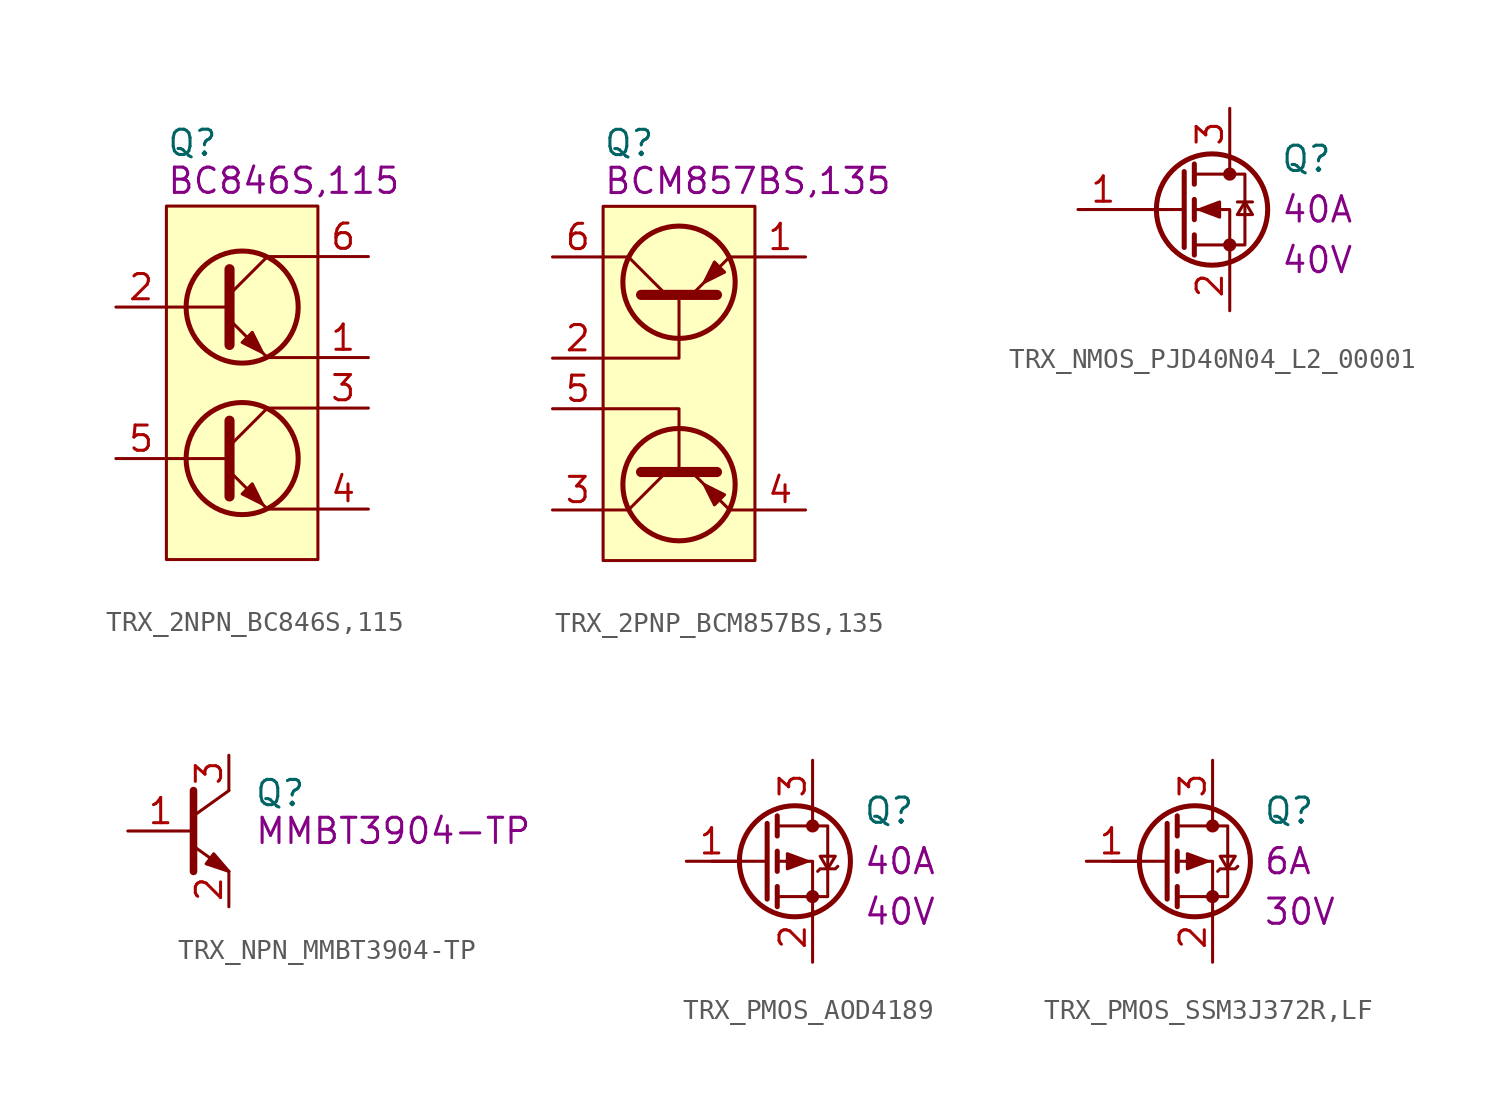
<source format=kicad_sym>
(kicad_symbol_lib
  (version 20211014)
  (generator kicad_symbol_editor)
  (symbol "TRX_2NPN_BC846S,115"
    (pin_names
      (offset 1.016) hide)
    (property "Reference" "Q"
      (at 0 3.175 0)
      (effects (font (size 1.27 1.27)) (justify left)))
    (property "Manufacturer Part Number" "BC846S,115"
      (at 0 1.27 0)
      (effects (font (size 1.27 1.27)) (justify left)))
    (symbol "TRX_2NPN_BC846S,115_0_1"
      (polyline (pts (xy 7.62 -15.24) (xy 5.08 -15.24)) (stroke (width 0) (type default) (color 0 0 0 0)) (fill (type none)))
      (polyline (pts (xy 7.62 -10.16) (xy 5.08 -10.16)) (stroke (width 0) (type default) (color 0 0 0 0)) (fill (type none)))
      (polyline (pts (xy 7.62 -7.62) (xy 5.08 -7.62)) (stroke (width 0) (type default) (color 0 0 0 0)) (fill (type none)))
      (polyline (pts (xy 7.62 -2.54) (xy 5.08 -2.54)) (stroke (width 0) (type default) (color 0 0 0 0)) (fill (type none)))
      (rectangle (start 7.62 0) (end 0 -17.78) (stroke (width 0) (type default) (color 0 0 0 0)) (fill (type background))))
    (symbol "TRX_2NPN_BC846S,115_1_1"
      (polyline (pts (xy 3.175 -12.7) (xy 0 -12.7)) (stroke (width 0) (type default) (color 0 0 0 0)) (fill (type none)))
      (polyline (pts (xy 3.175 -12.065) (xy 5.08 -10.16)) (stroke (width 0) (type default) (color 0 0 0 0)) (fill (type none)))
      (polyline (pts (xy 3.175 -5.08) (xy 0 -5.08)) (stroke (width 0) (type default) (color 0 0 0 0)) (fill (type none)))
      (polyline (pts (xy 3.175 -4.445) (xy 5.08 -2.54)) (stroke (width 0) (type default) (color 0 0 0 0)) (fill (type none)))
      (polyline (pts (xy 3.175 -13.335) (xy 5.08 -15.24) (xy 5.08 -15.24)) (stroke (width 0) (type default) (color 0 0 0 0)) (fill (type none)))
      (polyline (pts (xy 3.175 -10.795) (xy 3.175 -14.605) (xy 3.175 -14.605)) (stroke (width 0.508) (type default) (color 0 0 0 0)) (fill (type none)))
      (polyline (pts (xy 3.175 -5.715) (xy 5.08 -7.62) (xy 5.08 -7.62)) (stroke (width 0) (type default) (color 0 0 0 0)) (fill (type none)))
      (polyline (pts (xy 3.175 -3.175) (xy 3.175 -6.985) (xy 3.175 -6.985)) (stroke (width 0.508) (type default) (color 0 0 0 0)) (fill (type none)))
      (polyline (pts (xy 3.81 -14.478) (xy 4.318 -13.97) (xy 4.826 -14.986) (xy 3.81 -14.478) (xy 3.81 -14.478)) (stroke (width 0) (type default) (color 0 0 0 0)) (fill (type outline)))
      (polyline (pts (xy 3.81 -6.858) (xy 4.318 -6.35) (xy 4.826 -7.366) (xy 3.81 -6.858) (xy 3.81 -6.858)) (stroke (width 0) (type default) (color 0 0 0 0)) (fill (type outline)))
      (circle (center 3.81 -12.7) (radius 2.819) (stroke (width 0.254) (type default) (color 0 0 0 0)) (fill (type none)))
      (circle (center 3.81 -5.08) (radius 2.819) (stroke (width 0.254) (type default) (color 0 0 0 0)) (fill (type none)))
      (pin passive line (at 10.16 -7.62 180) (length 2.54) (name "E1" (effects (font (size 1.27 1.27)))) (number "1" (effects (font (size 1.27 1.27)))))
      (pin input line (at -2.54 -5.08 0) (length 2.54) (name "B1" (effects (font (size 1.27 1.27)))) (number "2" (effects (font (size 1.27 1.27)))))
      (pin passive line (at 10.16 -10.16 180) (length 2.54) (name "C2" (effects (font (size 1.27 1.27)))) (number "3" (effects (font (size 1.27 1.27)))))
      (pin passive line (at 10.16 -15.24 180) (length 2.54) (name "E2" (effects (font (size 1.27 1.27)))) (number "4" (effects (font (size 1.27 1.27)))))
      (pin input line (at -2.54 -12.7 0) (length 2.54) (name "B2" (effects (font (size 1.27 1.27)))) (number "5" (effects (font (size 1.27 1.27)))))
      (pin passive line (at 10.16 -2.54 180) (length 2.54) (name "C1" (effects (font (size 1.27 1.27)))) (number "6" (effects (font (size 1.27 1.27)))))))
  (symbol "TRX_2PNP_BCM857BS,135"
    (pin_names
      (offset 1.016) hide)
    (property "Reference" "Q"
      (at 0 3.175 0)
      (effects (font (size 1.27 1.27)) (justify left)))
    (property "Manufacturer Part Number" "BCM857BS,135"
      (at 0 1.27 0)
      (effects (font (size 1.27 1.27)) (justify left)))
    (symbol "TRX_2PNP_BCM857BS,135_0_1"
      (polyline (pts (xy 0 -15.24) (xy 1.27 -15.24)) (stroke (width 0) (type default) (color 0 0 0 0)) (fill (type none)))
      (polyline (pts (xy 0 -2.54) (xy 1.27 -2.54)) (stroke (width 0) (type default) (color 0 0 0 0)) (fill (type none)))
      (polyline (pts (xy 7.62 -15.24) (xy 6.35 -15.24)) (stroke (width 0) (type default) (color 0 0 0 0)) (fill (type none)))
      (polyline (pts (xy 7.62 -2.54) (xy 6.35 -2.54)) (stroke (width 0) (type default) (color 0 0 0 0)) (fill (type none)))
      (polyline (pts (xy 0 -10.16) (xy 3.81 -10.16) (xy 3.81 -13.335)) (stroke (width 0) (type default) (color 0 0 0 0)) (fill (type none)))
      (polyline (pts (xy 0 -7.62) (xy 3.81 -7.62) (xy 3.81 -4.445)) (stroke (width 0) (type default) (color 0 0 0 0)) (fill (type none)))
      (rectangle (start 7.62 0) (end 0 -17.78) (stroke (width 0) (type default) (color 0 0 0 0)) (fill (type background))))
    (symbol "TRX_2PNP_BCM857BS,135_1_1"
      (polyline (pts (xy 3.175 -13.335) (xy 1.27 -15.24)) (stroke (width 0) (type default) (color 0 0 0 0)) (fill (type none)))
      (polyline (pts (xy 3.175 -4.445) (xy 1.27 -2.54)) (stroke (width 0) (type default) (color 0 0 0 0)) (fill (type none)))
      (polyline (pts (xy 1.905 -13.335) (xy 5.715 -13.335) (xy 5.715 -13.335)) (stroke (width 0.508) (type default) (color 0 0 0 0)) (fill (type none)))
      (polyline (pts (xy 1.905 -4.445) (xy 5.715 -4.445) (xy 5.715 -4.445)) (stroke (width 0.508) (type default) (color 0 0 0 0)) (fill (type none)))
      (polyline (pts (xy 4.445 -13.335) (xy 6.35 -15.24) (xy 6.35 -15.24)) (stroke (width 0) (type default) (color 0 0 0 0)) (fill (type none)))
      (polyline (pts (xy 4.445 -4.445) (xy 6.35 -2.54) (xy 6.35 -2.54)) (stroke (width 0) (type default) (color 0 0 0 0)) (fill (type none)))
      (polyline (pts (xy 5.588 -14.986) (xy 6.096 -14.478) (xy 5.08 -13.97) (xy 5.588 -14.986) (xy 5.588 -14.986)) (stroke (width 0) (type default) (color 0 0 0 0)) (fill (type outline)))
      (polyline (pts (xy 5.588 -2.794) (xy 6.096 -3.302) (xy 5.08 -3.81) (xy 5.588 -2.794) (xy 5.588 -2.794)) (stroke (width 0) (type default) (color 0 0 0 0)) (fill (type outline)))
      (circle (center 3.81 -13.97) (radius 2.819) (stroke (width 0.254) (type default) (color 0 0 0 0)) (fill (type none)))
      (circle (center 3.81 -3.81) (radius 2.819) (stroke (width 0.254) (type default) (color 0 0 0 0)) (fill (type none)))
      (pin passive line (at 10.16 -2.54 180) (length 2.54) (name "E1" (effects (font (size 1.27 1.27)))) (number "1" (effects (font (size 1.27 1.27)))))
      (pin input line (at -2.54 -7.62 0) (length 2.54) (name "B1" (effects (font (size 1.27 1.27)))) (number "2" (effects (font (size 1.27 1.27)))))
      (pin passive line (at -2.54 -15.24 0) (length 2.54) (name "C2" (effects (font (size 1.27 1.27)))) (number "3" (effects (font (size 1.27 1.27)))))
      (pin passive line (at 10.16 -15.24 180) (length 2.54) (name "E2" (effects (font (size 1.27 1.27)))) (number "4" (effects (font (size 1.27 1.27)))))
      (pin input line (at -2.54 -10.16 0) (length 2.54) (name "B2" (effects (font (size 1.27 1.27)))) (number "5" (effects (font (size 1.27 1.27)))))
      (pin passive line (at -2.54 -2.54 0) (length 2.54) (name "C1" (effects (font (size 1.27 1.27)))) (number "6" (effects (font (size 1.27 1.27)))))))
  (symbol "TRX_NMOS_PJD40N04_L2_00001"
    (pin_names
      (offset 1.016) hide)
    (property "Reference" "Q"
      (at 3.81 2.54 0)
      (effects (font (size 1.27 1.27)) (justify left)))
    (property "Current" "40A"
      (at 3.81 0 0)
      (effects (font (size 1.27 1.27)) (justify left)))
    (property "Voltage" "40V"
      (at 3.81 -2.54 0)
      (effects (font (size 1.27 1.27)) (justify left)))
    (symbol "TRX_NMOS_PJD40N04_L2_00001_0_1"
      (polyline (pts (xy -1.016 0) (xy -3.81 0)) (stroke (width 0) (type default) (color 0 0 0 0)) (fill (type none)))
      (polyline (pts (xy -1.016 1.905) (xy -1.016 -1.905)) (stroke (width 0.254) (type default) (color 0 0 0 0)) (fill (type none)))
      (polyline (pts (xy -0.508 -1.27) (xy -0.508 -2.286)) (stroke (width 0.254) (type default) (color 0 0 0 0)) (fill (type none)))
      (polyline (pts (xy -0.508 0.508) (xy -0.508 -0.508)) (stroke (width 0.254) (type default) (color 0 0 0 0)) (fill (type none)))
      (polyline (pts (xy -0.508 2.286) (xy -0.508 1.27)) (stroke (width 0.254) (type default) (color 0 0 0 0)) (fill (type none)))
      (polyline (pts (xy 1.27 2.54) (xy 1.27 1.778)) (stroke (width 0) (type default) (color 0 0 0 0)) (fill (type none)))
      (polyline (pts (xy 1.651 0.381) (xy 2.413 0.381)) (stroke (width 0) (type default) (color 0 0 0 0)) (fill (type none)))
      (polyline (pts (xy 1.27 -2.54) (xy 1.27 0) (xy -0.508 0)) (stroke (width 0) (type default) (color 0 0 0 0)) (fill (type none)))
      (polyline (pts (xy -0.508 -1.778) (xy 2.032 -1.778) (xy 2.032 1.778) (xy -0.508 1.778)) (stroke (width 0) (type default) (color 0 0 0 0)) (fill (type none)))
      (polyline (pts (xy -0.254 0) (xy 0.762 0.381) (xy 0.762 -0.381) (xy -0.254 0)) (stroke (width 0) (type default) (color 0 0 0 0)) (fill (type outline)))
      (polyline (pts (xy 2.032 0.381) (xy 1.651 -0.254) (xy 2.413 -0.254) (xy 2.032 0.381)) (stroke (width 0) (type default) (color 0 0 0 0)) (fill (type none)))
      (circle (center 0.381 0) (radius 2.794) (stroke (width 0.254) (type default) (color 0 0 0 0)) (fill (type none)))
      (circle (center 1.27 -1.778) (radius 0.254) (stroke (width 0) (type default) (color 0 0 0 0)) (fill (type outline)))
      (circle (center 1.27 1.778) (radius 0.254) (stroke (width 0) (type default) (color 0 0 0 0)) (fill (type outline))))
    (symbol "TRX_NMOS_PJD40N04_L2_00001_1_1"
      (pin input line (at -6.35 0 0) (length 2.54) (name "G" (effects (font (size 1.27 1.27)))) (number "1" (effects (font (size 1.27 1.27)))))
      (pin passive line (at 1.27 -5.08 90) (length 2.54) (name "S" (effects (font (size 1.27 1.27)))) (number "2" (effects (font (size 1.27 1.27)))))
      (pin passive line (at 1.27 5.08 270) (length 2.54) (name "D" (effects (font (size 1.27 1.27)))) (number "3" (effects (font (size 1.27 1.27)))))))
  (symbol "TRX_NPN_MMBT3904-TP"
    (pin_names
      (offset 1.016) hide)
    (property "Reference" "Q"
      (at 2.54 1.905 0)
      (effects (font (size 1.27 1.27)) (justify left)))
    (property "Manufacturer Part Number" "MMBT3904-TP"
      (at 2.54 0 0)
      (effects (font (size 1.27 1.27)) (justify left)))
    (symbol "TRX_NPN_MMBT3904-TP_1_1"
      (polyline (pts (xy -0.508 2.032) (xy -0.508 -2.032)) (stroke (width 0.381) (type default) (color 0 0 0 0)) (fill (type none)))
      (polyline (pts (xy 1.27 -2.032) (xy -0.508 -0.762)) (stroke (width 0) (type default) (color 0 0 0 0)) (fill (type none)))
      (polyline (pts (xy 1.27 2.032) (xy -0.508 0.762)) (stroke (width 0) (type default) (color 0 0 0 0)) (fill (type none)))
      (polyline (pts (xy 1.27 -2.032) (xy 0.508 -1.143) (xy 0.127 -1.651) (xy 1.27 -2.032)) (stroke (width 0) (type default) (color 0 0 0 0)) (fill (type outline)))
      (pin input line (at -3.81 0 0) (length 3.302) (name "B" (effects (font (size 1.27 1.27)))) (number "1" (effects (font (size 1.27 1.27)))))
      (pin input line (at 1.27 -3.81 90) (length 1.778) (name "E" (effects (font (size 1.27 1.27)))) (number "2" (effects (font (size 1.27 1.27)))))
      (pin input line (at 1.27 3.81 270) (length 1.778) (name "C" (effects (font (size 1.27 1.27)))) (number "3" (effects (font (size 1.27 1.27)))))))
  (symbol "TRX_PMOS_AOD4189"
    (pin_names
      (offset 1.016) hide)
    (property "Reference" "Q"
      (at 5.08 2.54 0)
      (effects (font (size 1.27 1.27)) (justify left)))
    (property "Current" "40A"
      (at 5.08 0 0)
      (effects (font (size 1.27 1.27)) (justify left)))
    (property "Voltage" "40V"
      (at 5.08 -2.54 0)
      (effects (font (size 1.27 1.27)) (justify left)))
    (symbol "TRX_PMOS_AOD4189_1_1"
      (polyline (pts (xy 0.254 0) (xy -2.54 0)) (stroke (width 0) (type default) (color 0 0 0 0)) (fill (type none)))
      (polyline (pts (xy 0.254 1.905) (xy 0.254 -1.905)) (stroke (width 0.254) (type default) (color 0 0 0 0)) (fill (type none)))
      (polyline (pts (xy 0.762 -1.27) (xy 0.762 -2.286)) (stroke (width 0.254) (type default) (color 0 0 0 0)) (fill (type none)))
      (polyline (pts (xy 0.762 0.508) (xy 0.762 -0.508)) (stroke (width 0.254) (type default) (color 0 0 0 0)) (fill (type none)))
      (polyline (pts (xy 0.762 2.286) (xy 0.762 1.27)) (stroke (width 0.254) (type default) (color 0 0 0 0)) (fill (type none)))
      (polyline (pts (xy 2.54 2.54) (xy 2.54 1.778)) (stroke (width 0) (type default) (color 0 0 0 0)) (fill (type none)))
      (polyline (pts (xy 2.54 -2.54) (xy 2.54 0) (xy 0.762 0)) (stroke (width 0) (type default) (color 0 0 0 0)) (fill (type none)))
      (polyline (pts (xy 0.762 1.778) (xy 3.302 1.778) (xy 3.302 -1.778) (xy 0.762 -1.778)) (stroke (width 0) (type default) (color 0 0 0 0)) (fill (type none)))
      (polyline (pts (xy 2.286 0) (xy 1.27 0.381) (xy 1.27 -0.381) (xy 2.286 0)) (stroke (width 0) (type default) (color 0 0 0 0)) (fill (type outline)))
      (polyline (pts (xy 2.794 -0.508) (xy 2.921 -0.381) (xy 3.683 -0.381) (xy 3.81 -0.254)) (stroke (width 0) (type default) (color 0 0 0 0)) (fill (type none)))
      (polyline (pts (xy 3.302 -0.381) (xy 2.921 0.254) (xy 3.683 0.254) (xy 3.302 -0.381)) (stroke (width 0) (type default) (color 0 0 0 0)) (fill (type none)))
      (circle (center 1.651 0) (radius 2.794) (stroke (width 0.254) (type default) (color 0 0 0 0)) (fill (type none)))
      (circle (center 2.54 -1.778) (radius 0.254) (stroke (width 0) (type default) (color 0 0 0 0)) (fill (type outline)))
      (circle (center 2.54 1.778) (radius 0.254) (stroke (width 0) (type default) (color 0 0 0 0)) (fill (type outline)))
      (pin input line (at -3.81 0 0) (length 2.54) (name "G" (effects (font (size 1.27 1.27)))) (number "1" (effects (font (size 1.27 1.27)))))
      (pin passive line (at 2.54 -5.08 90) (length 2.54) (name "S" (effects (font (size 1.27 1.27)))) (number "2" (effects (font (size 1.27 1.27)))))
      (pin passive line (at 2.54 5.08 270) (length 2.54) (name "D" (effects (font (size 1.27 1.27)))) (number "3" (effects (font (size 1.27 1.27)))))))
  (symbol "TRX_PMOS_SSM3J372R,LF"
    (pin_names
      (offset 1.016) hide)
    (property "Reference" "Q"
      (at 5.08 2.54 0)
      (effects (font (size 1.27 1.27)) (justify left)))
    (property "Current" "6A"
      (at 5.08 0 0)
      (effects (font (size 1.27 1.27)) (justify left)))
    (property "Voltage" "30V"
      (at 5.08 -2.54 0)
      (effects (font (size 1.27 1.27)) (justify left)))
    (symbol "TRX_PMOS_SSM3J372R,LF_1_1"
      (polyline (pts (xy 0.254 0) (xy -2.54 0)) (stroke (width 0) (type default) (color 0 0 0 0)) (fill (type none)))
      (polyline (pts (xy 0.254 1.905) (xy 0.254 -1.905)) (stroke (width 0.254) (type default) (color 0 0 0 0)) (fill (type none)))
      (polyline (pts (xy 0.762 -1.27) (xy 0.762 -2.286)) (stroke (width 0.254) (type default) (color 0 0 0 0)) (fill (type none)))
      (polyline (pts (xy 0.762 0.508) (xy 0.762 -0.508)) (stroke (width 0.254) (type default) (color 0 0 0 0)) (fill (type none)))
      (polyline (pts (xy 0.762 2.286) (xy 0.762 1.27)) (stroke (width 0.254) (type default) (color 0 0 0 0)) (fill (type none)))
      (polyline (pts (xy 2.54 2.54) (xy 2.54 1.778)) (stroke (width 0) (type default) (color 0 0 0 0)) (fill (type none)))
      (polyline (pts (xy 2.54 -2.54) (xy 2.54 0) (xy 0.762 0)) (stroke (width 0) (type default) (color 0 0 0 0)) (fill (type none)))
      (polyline (pts (xy 0.762 1.778) (xy 3.302 1.778) (xy 3.302 -1.778) (xy 0.762 -1.778)) (stroke (width 0) (type default) (color 0 0 0 0)) (fill (type none)))
      (polyline (pts (xy 2.286 0) (xy 1.27 0.381) (xy 1.27 -0.381) (xy 2.286 0)) (stroke (width 0) (type default) (color 0 0 0 0)) (fill (type outline)))
      (polyline (pts (xy 2.794 -0.508) (xy 2.921 -0.381) (xy 3.683 -0.381) (xy 3.81 -0.254)) (stroke (width 0) (type default) (color 0 0 0 0)) (fill (type none)))
      (polyline (pts (xy 3.302 -0.381) (xy 2.921 0.254) (xy 3.683 0.254) (xy 3.302 -0.381)) (stroke (width 0) (type default) (color 0 0 0 0)) (fill (type none)))
      (circle (center 1.651 0) (radius 2.794) (stroke (width 0.254) (type default) (color 0 0 0 0)) (fill (type none)))
      (circle (center 2.54 -1.778) (radius 0.254) (stroke (width 0) (type default) (color 0 0 0 0)) (fill (type outline)))
      (circle (center 2.54 1.778) (radius 0.254) (stroke (width 0) (type default) (color 0 0 0 0)) (fill (type outline)))
      (pin input line (at -3.81 0 0) (length 2.54) (name "G" (effects (font (size 1.27 1.27)))) (number "1" (effects (font (size 1.27 1.27)))))
      (pin passive line (at 2.54 -5.08 90) (length 2.54) (name "S" (effects (font (size 1.27 1.27)))) (number "2" (effects (font (size 1.27 1.27)))))
      (pin passive line (at 2.54 5.08 270) (length 2.54) (name "D" (effects (font (size 1.27 1.27)))) (number "3" (effects (font (size 1.27 1.27))))))))
</source>
